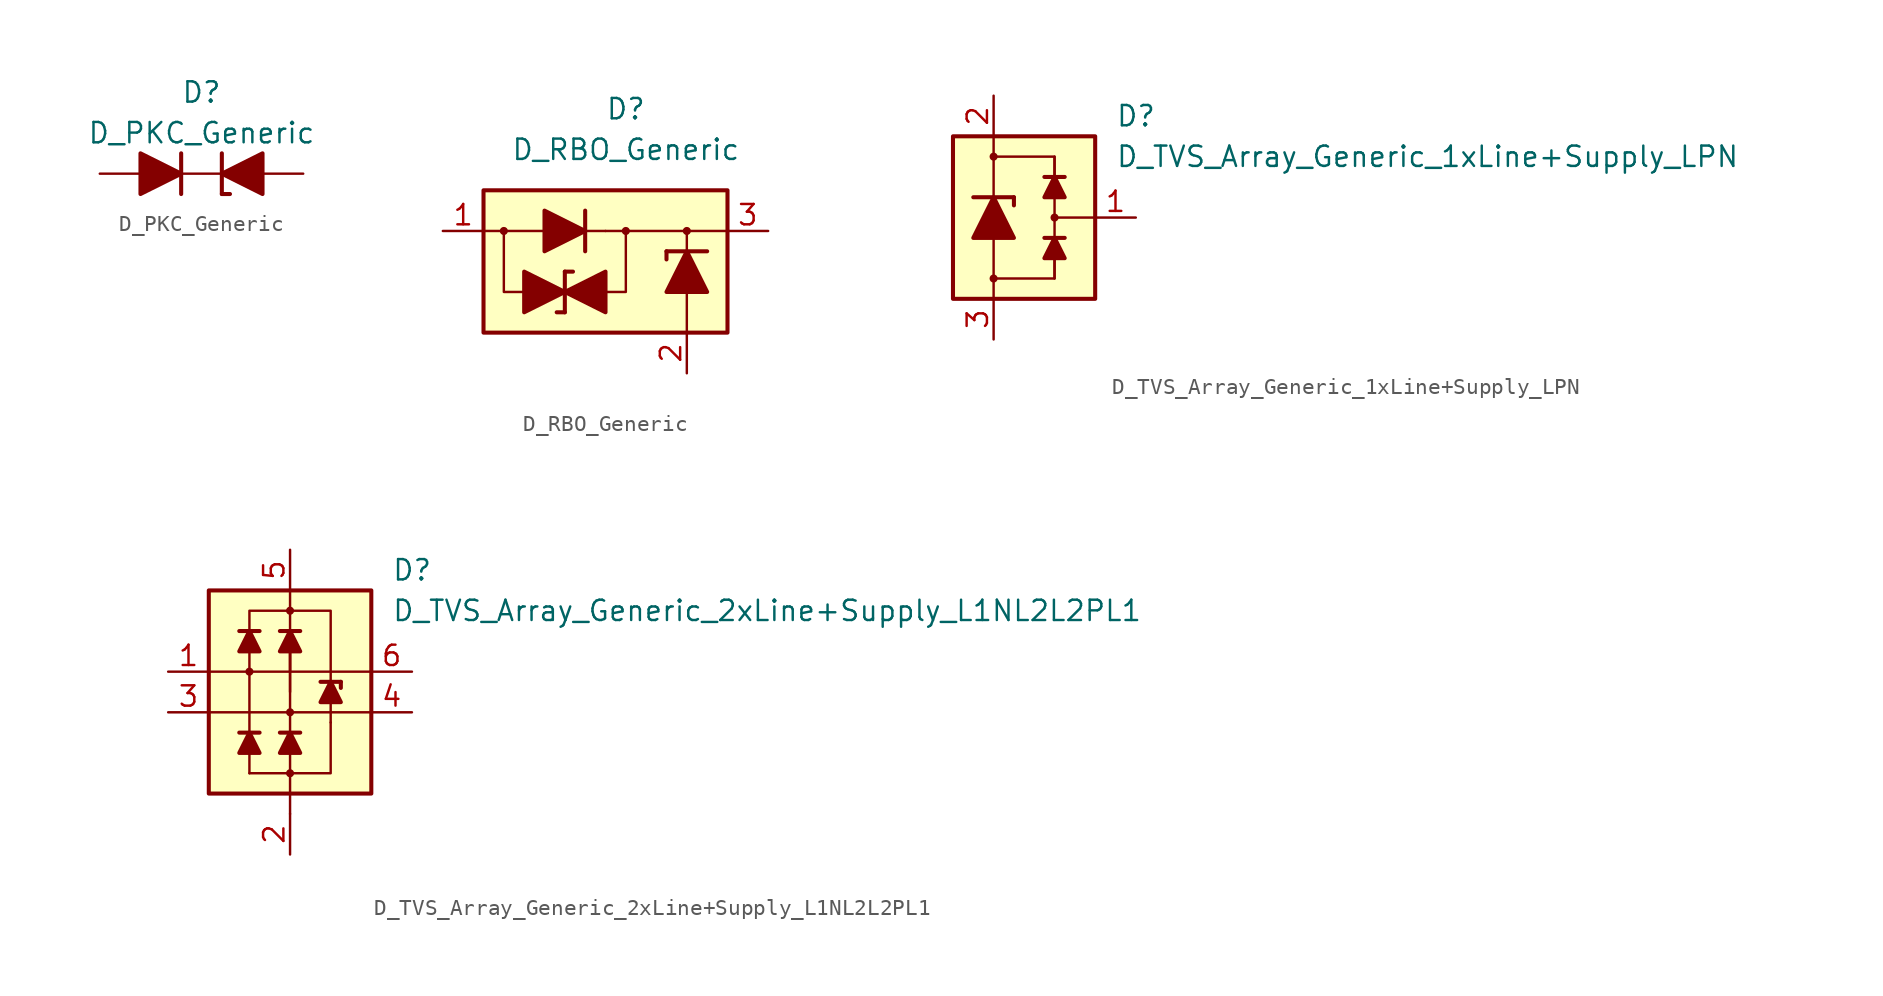
<source format=kicad_sym>
(kicad_symbol_lib
  (version 20231120)
  (generator "kicad_symbol_editor")
  (generator_version "8.0")
  (symbol "D_PKC_Generic"
    (pin_numbers hide)
    (pin_names
      (offset 1.016) hide)
    (property "Reference" "D"
      (at 0 5.08 0)
      (effects (font (size 1.27 1.27))))
    (property "Value" "D_PKC_Generic"
      (at 0 2.54 0)
      (effects (font (size 1.27 1.27))))
    (symbol "D_PKC_Generic_0_1"
      (polyline (pts (xy -3.81 0) (xy -1.27 0)) (stroke (width 0) (type default)) (fill (type none)))
      (polyline (pts (xy -1.27 -1.27) (xy -1.27 1.27)) (stroke (width 0.254) (type default)) (fill (type none)))
      (polyline (pts (xy -1.27 0) (xy 1.27 0)) (stroke (width 0.152) (type default)) (fill (type none)))
      (polyline (pts (xy 1.27 -1.27) (xy 1.778 -1.27)) (stroke (width 0.254) (type default)) (fill (type none)))
      (polyline (pts (xy 1.27 1.27) (xy 1.27 -1.27)) (stroke (width 0.254) (type default)) (fill (type none)))
      (polyline (pts (xy -3.81 1.27) (xy -3.81 -1.27) (xy -1.27 0) (xy -3.81 1.27)) (stroke (width 0.254) (type default)) (fill (type outline)))
      (polyline (pts (xy 3.81 -1.27) (xy 3.81 1.27) (xy 1.27 0) (xy 3.81 -1.27)) (stroke (width 0.254) (type default)) (fill (type outline))))
    (symbol "D_PKC_Generic_1_1"
      (pin passive line (at 6.35 0 180) (length 2.54) (name "K" (effects (font (size 1.27 1.27)))) (number "1" (effects (font (size 1.27 1.27)))))
      (pin passive line (at -6.35 0 0) (length 2.54) (name "A" (effects (font (size 1.27 1.27)))) (number "2" (effects (font (size 1.27 1.27)))))))
  (symbol "D_RBO_Generic"
    (pin_names hide)
    (property "Reference" "D"
      (at 0 7.62 0)
      (effects (font (size 1.27 1.27))))
    (property "Value" "D_RBO_Generic"
      (at 0 5.08 0)
      (effects (font (size 1.27 1.27))))
    (symbol "D_RBO_Generic_0_1"
      (rectangle (start -8.89 2.54) (end 6.35 -6.35) (stroke (width 0.254) (type default)) (fill (type background)))
      (polyline (pts (xy -8.89 0) (xy -3.81 0)) (stroke (width 0.152) (type default)) (fill (type none)))
      (polyline (pts (xy -3.81 -5.08) (xy -4.318 -5.08)) (stroke (width 0.254) (type default)) (fill (type none)))
      (polyline (pts (xy -3.81 -2.54) (xy -3.81 -5.08)) (stroke (width 0.254) (type default)) (fill (type none)))
      (polyline (pts (xy -3.81 -2.54) (xy -3.302 -2.54)) (stroke (width 0.254) (type default)) (fill (type none)))
      (polyline (pts (xy -3.81 0) (xy -1.27 0)) (stroke (width 0) (type default)) (fill (type none)))
      (polyline (pts (xy -2.54 -1.27) (xy -2.54 1.27)) (stroke (width 0.254) (type default)) (fill (type none)))
      (polyline (pts (xy -1.27 -3.81) (xy -3.81 -3.81)) (stroke (width 0) (type default)) (fill (type none)))
      (polyline (pts (xy -1.27 0) (xy 6.35 0)) (stroke (width 0.152) (type default)) (fill (type none)))
      (polyline (pts (xy 2.54 -1.27) (xy 2.54 -1.778)) (stroke (width 0.254) (type default)) (fill (type none)))
      (polyline (pts (xy 3.81 -6.35) (xy 3.81 -3.81)) (stroke (width 0.152) (type default)) (fill (type none)))
      (polyline (pts (xy 3.81 -3.81) (xy 3.81 -1.27)) (stroke (width 0) (type default)) (fill (type none)))
      (polyline (pts (xy 3.81 -1.27) (xy 3.81 0)) (stroke (width 0.152) (type default)) (fill (type none)))
      (polyline (pts (xy 5.08 -1.27) (xy 2.54 -1.27)) (stroke (width 0.254) (type default)) (fill (type none)))
      (polyline (pts (xy -6.35 -3.81) (xy -7.62 -3.81) (xy -7.62 0)) (stroke (width 0.152) (type default)) (fill (type none)))
      (polyline (pts (xy -1.27 -3.81) (xy 0 -3.81) (xy 0 0)) (stroke (width 0.152) (type default)) (fill (type none)))
      (polyline (pts (xy -5.08 1.27) (xy -5.08 -1.27) (xy -2.54 0) (xy -5.08 1.27)) (stroke (width 0.254) (type default)) (fill (type outline)))
      (polyline (pts (xy -3.81 -3.81) (xy -6.35 -2.54) (xy -6.35 -5.08) (xy -3.81 -3.81)) (stroke (width 0.254) (type default)) (fill (type outline)))
      (polyline (pts (xy -1.27 -2.54) (xy -1.27 -5.08) (xy -3.81 -3.81) (xy -1.27 -2.54)) (stroke (width 0.254) (type default)) (fill (type outline)))
      (polyline (pts (xy 2.54 -3.81) (xy 5.08 -3.81) (xy 3.81 -1.27) (xy 2.54 -3.81)) (stroke (width 0.254) (type default)) (fill (type outline))))
    (symbol "D_RBO_Generic_1_1"
      (circle (center -7.62 0) (radius 0.178) (stroke (width 0) (type default)) (fill (type outline)))
      (circle (center 0 0) (radius 0.178) (stroke (width 0) (type default)) (fill (type outline)))
      (circle (center 3.81 0) (radius 0.178) (stroke (width 0) (type default)) (fill (type outline)))
      (pin passive line (at -11.43 0 0) (length 2.54) (name "1" (effects (font (size 1.27 1.27)))) (number "1" (effects (font (size 1.27 1.27)))))
      (pin passive line (at 3.81 -8.89 90) (length 2.54) (name "2" (effects (font (size 1.27 1.27)))) (number "2" (effects (font (size 1.27 1.27)))))
      (pin passive line (at 8.89 0 180) (length 2.54) (name "3" (effects (font (size 1.27 1.27)))) (number "3" (effects (font (size 1.27 1.27)))))))
  (symbol "D_TVS_Array_Generic_1xLine+Supply_LPN"
    (pin_names
      (offset 1.016) hide)
    (property "Reference" "D"
      (at 7.62 6.35 0)
      (effects (font (size 1.27 1.27)) (justify left)))
    (property "Value" "D_TVS_Array_Generic_1xLine+Supply_LPN"
      (at 7.62 3.81 0)
      (effects (font (size 1.27 1.27)) (justify left)))
    (symbol "D_TVS_Array_Generic_1xLine+Supply_LPN_0_1"
      (rectangle (start -2.54 5.08) (end 6.35 -5.08) (stroke (width 0.254) (type default)) (fill (type background)))
      (polyline (pts (xy 0 -3.81) (xy 0 -5.08)) (stroke (width 0) (type default)) (fill (type none)))
      (polyline (pts (xy 0 0) (xy 0 -3.81)) (stroke (width 0) (type default)) (fill (type none)))
      (polyline (pts (xy 0 0) (xy 0 5.08)) (stroke (width 0) (type default)) (fill (type none)))
      (polyline (pts (xy 3.81 -1.27) (xy 3.81 1.27)) (stroke (width 0) (type default)) (fill (type none)))
      (polyline (pts (xy 3.81 0) (xy 6.35 0)) (stroke (width 0) (type default)) (fill (type none)))
      (polyline (pts (xy 4.445 -1.27) (xy 3.175 -1.27)) (stroke (width 0.254) (type default)) (fill (type none)))
      (polyline (pts (xy 4.445 2.54) (xy 3.175 2.54)) (stroke (width 0.254) (type default)) (fill (type none)))
      (polyline (pts (xy 0 -3.81) (xy 3.81 -3.81) (xy 3.81 -2.54)) (stroke (width 0.152) (type default)) (fill (type none)))
      (polyline (pts (xy 0 3.81) (xy 3.81 3.81) (xy 3.81 2.54)) (stroke (width 0.152) (type default)) (fill (type none)))
      (polyline (pts (xy 3.81 -1.27) (xy 4.445 -2.54) (xy 3.175 -2.54) (xy 3.81 -1.27)) (stroke (width 0.254) (type default)) (fill (type outline)))
      (polyline (pts (xy 3.81 2.54) (xy 4.445 1.27) (xy 3.175 1.27) (xy 3.81 2.54)) (stroke (width 0.254) (type default)) (fill (type outline)))
      (circle (center 0 3.81) (radius 0.178) (stroke (width 0) (type default)) (fill (type outline)))
      (circle (center 3.81 0) (radius 0.178) (stroke (width 0) (type default)) (fill (type outline))))
    (symbol "D_TVS_Array_Generic_1xLine+Supply_LPN_1_1"
      (circle (center 0 -3.81) (radius 0.178) (stroke (width 0) (type default)) (fill (type outline)))
      (polyline (pts (xy -1.27 1.27) (xy 1.27 1.27)) (stroke (width 0.254) (type default)) (fill (type none)))
      (polyline (pts (xy 0 -1.27) (xy 0 1.27)) (stroke (width 0) (type default)) (fill (type none)))
      (polyline (pts (xy 1.27 1.27) (xy 1.27 0.762)) (stroke (width 0.254) (type default)) (fill (type none)))
      (polyline (pts (xy 3.81 -3.81) (xy 3.81 -1.27)) (stroke (width 0) (type default)) (fill (type none)))
      (polyline (pts (xy 3.81 1.27) (xy 3.81 3.81)) (stroke (width 0) (type default)) (fill (type none)))
      (polyline (pts (xy 1.27 -1.27) (xy -1.27 -1.27) (xy 0 1.27) (xy 1.27 -1.27)) (stroke (width 0.254) (type default)) (fill (type outline)))
      (pin passive line (at 8.89 0 180) (length 2.54) (name "L" (effects (font (size 1.27 1.27)))) (number "1" (effects (font (size 1.27 1.27)))))
      (pin passive line (at 0 7.62 270) (length 2.54) (name "VP" (effects (font (size 1.27 1.27)))) (number "2" (effects (font (size 1.27 1.27)))))
      (pin passive line (at 0 -7.62 90) (length 2.54) (name "VN" (effects (font (size 1.27 1.27)))) (number "3" (effects (font (size 1.27 1.27)))))))
  (symbol "D_TVS_Array_Generic_2xLine+Supply_L1NL2L2PL1"
    (pin_names
      (offset 1.016) hide)
    (property "Reference" "D"
      (at 6.35 6.35 0)
      (effects (font (size 1.27 1.27)) (justify left)))
    (property "Value" "D_TVS_Array_Generic_2xLine+Supply_L1NL2L2PL1"
      (at 6.35 3.81 0)
      (effects (font (size 1.27 1.27)) (justify left)))
    (symbol "D_TVS_Array_Generic_2xLine+Supply_L1NL2L2PL1_0_1"
      (rectangle (start -5.08 5.08) (end 5.08 -7.62) (stroke (width 0.254) (type default)) (fill (type background)))
      (polyline (pts (xy -5.08 -2.54) (xy 5.08 -2.54)) (stroke (width 0) (type default)) (fill (type none)))
      (polyline (pts (xy -5.08 0) (xy 5.08 0)) (stroke (width 0) (type default)) (fill (type none)))
      (polyline (pts (xy -2.54 -6.35) (xy -2.54 1.27)) (stroke (width 0) (type default)) (fill (type none)))
      (polyline (pts (xy -1.905 -3.81) (xy -3.175 -3.81)) (stroke (width 0.254) (type default)) (fill (type none)))
      (polyline (pts (xy -1.905 2.54) (xy -3.175 2.54)) (stroke (width 0.254) (type default)) (fill (type none)))
      (polyline (pts (xy 0 -8.89) (xy 0 -7.62)) (stroke (width 0) (type default)) (fill (type none)))
      (polyline (pts (xy 0 -7.62) (xy 0 -6.35)) (stroke (width 0) (type default)) (fill (type none)))
      (polyline (pts (xy 0 -1.27) (xy 0 1.27)) (stroke (width 0) (type default)) (fill (type none)))
      (polyline (pts (xy 0 1.27) (xy 0 -3.81)) (stroke (width 0) (type default)) (fill (type none)))
      (polyline (pts (xy 0 2.54) (xy 0 3.81)) (stroke (width 0) (type default)) (fill (type none)))
      (polyline (pts (xy 0 5.08) (xy 0 3.81)) (stroke (width 0) (type default)) (fill (type none)))
      (polyline (pts (xy 0.635 -3.81) (xy -0.635 -3.81)) (stroke (width 0.254) (type default)) (fill (type none)))
      (polyline (pts (xy 0.635 2.54) (xy -0.635 2.54)) (stroke (width 0.254) (type default)) (fill (type none)))
      (polyline (pts (xy 3.175 -0.635) (xy 1.905 -0.635)) (stroke (width 0.254) (type default)) (fill (type none)))
      (polyline (pts (xy -2.54 -6.35) (xy -2.54 -6.35) (xy 2.54 -6.35) (xy 2.54 -3.175)) (stroke (width 0) (type default)) (fill (type none)))
      (polyline (pts (xy -2.54 -3.81) (xy -1.905 -5.08) (xy -3.175 -5.08) (xy -2.54 -3.81)) (stroke (width 0.254) (type default)) (fill (type outline)))
      (polyline (pts (xy -2.54 2.54) (xy -1.905 1.27) (xy -3.175 1.27) (xy -2.54 2.54)) (stroke (width 0.254) (type default)) (fill (type outline)))
      (polyline (pts (xy 0 -3.81) (xy 0.635 -5.08) (xy -0.635 -5.08) (xy 0 -3.81)) (stroke (width 0.254) (type default)) (fill (type outline)))
      (polyline (pts (xy 0 2.54) (xy 0.635 1.27) (xy -0.635 1.27) (xy 0 2.54)) (stroke (width 0.254) (type default)) (fill (type outline)))
      (polyline (pts (xy 2.54 -0.635) (xy 2.54 3.81) (xy -2.54 3.81) (xy -2.54 2.54)) (stroke (width 0) (type default)) (fill (type none)))
      (polyline (pts (xy 2.54 -0.635) (xy 3.175 -1.905) (xy 1.905 -1.905) (xy 2.54 -0.635)) (stroke (width 0.254) (type default)) (fill (type outline))))
    (symbol "D_TVS_Array_Generic_2xLine+Supply_L1NL2L2PL1_1_1"
      (circle (center -2.54 0) (radius 0.178) (stroke (width 0) (type default)) (fill (type outline)))
      (circle (center 0 -6.35) (radius 0.178) (stroke (width 0) (type default)) (fill (type outline)))
      (circle (center 0 -2.54) (radius 0.178) (stroke (width 0) (type default)) (fill (type outline)))
      (polyline (pts (xy 0 -6.35) (xy 0 -3.81)) (stroke (width 0) (type default)) (fill (type none)))
      (polyline (pts (xy 0 0) (xy 0 2.54)) (stroke (width 0) (type default)) (fill (type none)))
      (polyline (pts (xy 2.54 -3.175) (xy 2.54 -0.635)) (stroke (width 0) (type default)) (fill (type none)))
      (polyline (pts (xy 3.175 -0.635) (xy 3.175 -1.016)) (stroke (width 0.254) (type default)) (fill (type none)))
      (circle (center 0 3.81) (radius 0.178) (stroke (width 0) (type default)) (fill (type outline)))
      (pin passive line (at -7.62 0 0) (length 2.54) (name "L1" (effects (font (size 1.27 1.27)))) (number "1" (effects (font (size 1.27 1.27)))))
      (pin passive line (at 0 -11.43 90) (length 2.54) (name "VN" (effects (font (size 1.27 1.27)))) (number "2" (effects (font (size 1.27 1.27)))))
      (pin passive line (at -7.62 -2.54 0) (length 2.54) (name "L2" (effects (font (size 1.27 1.27)))) (number "3" (effects (font (size 1.27 1.27)))))
      (pin passive line (at 7.62 -2.54 180) (length 2.54) (name "L2" (effects (font (size 1.27 1.27)))) (number "4" (effects (font (size 1.27 1.27)))))
      (pin passive line (at 0 7.62 270) (length 2.54) (name "VP" (effects (font (size 1.27 1.27)))) (number "5" (effects (font (size 1.27 1.27)))))
      (pin passive line (at 7.62 0 180) (length 2.54) (name "L1" (effects (font (size 1.27 1.27)))) (number "6" (effects (font (size 1.27 1.27))))))))
</source>
